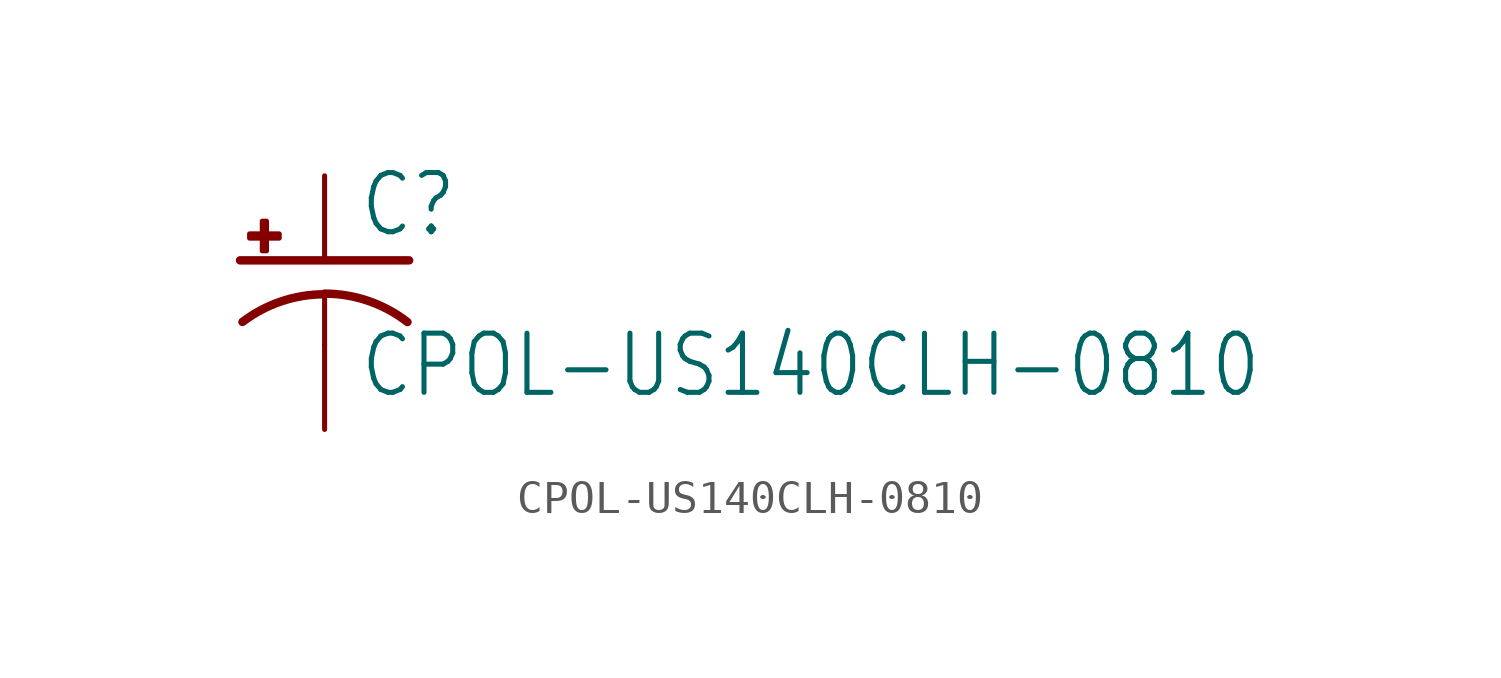
<source format=kicad_sym>
(kicad_symbol_lib
  (version 20220914)
  (generator kicad_symbol_editor)
  (symbol "CPOL-US140CLH-0810"
    (property "Reference" "C"
      (at 1.016 0.635 0)
      (effects (font (size 1.778 1.511)) (justify left bottom)))
    (property "Value" "CPOL-US140CLH-0810"
      (at 1.016 -4.191 0)
      (effects (font (size 1.778 1.511)) (justify left bottom)))
    (property "ki_locked" ""
      (at 0 0 0)
      (effects (font (size 1.27 1.27))))
    (symbol "CPOL-US140CLH-0810_1_0"
      (rectangle (start -2.253 0.668) (end -1.364 0.795) (stroke (width 0) (type default)) (fill (type outline)))
      (rectangle (start -1.872 0.287) (end -1.745 1.176) (stroke (width 0) (type default)) (fill (type outline)))
      (arc (start 0 -1.0161) (mid -1.3021 -1.2302) (end -2.4669 -1.8504) (stroke (width 0.254) (type default)) (fill (type none)))
      (polyline (pts (xy -2.54 0) (xy 2.54 0)) (stroke (width 0.254) (type default)) (fill (type none)))
      (polyline (pts (xy 0 -1.016) (xy 0 -2.54)) (stroke (width 0.152) (type default)) (fill (type none)))
      (arc (start 2.4892 -1.8542) (mid 1.3158 -1.2195) (end 0 -1) (stroke (width 0.254) (type default)) (fill (type none)))
      (pin passive line (at 0 2.54 270) (length 2.54) (name "+" (effects (font (size 0 0)))) (number "+" (effects (font (size 0 0)))))
      (pin passive line (at 0 -5.08 90) (length 2.54) (name "-" (effects (font (size 0 0)))) (number "-" (effects (font (size 0 0))))))))
</source>
